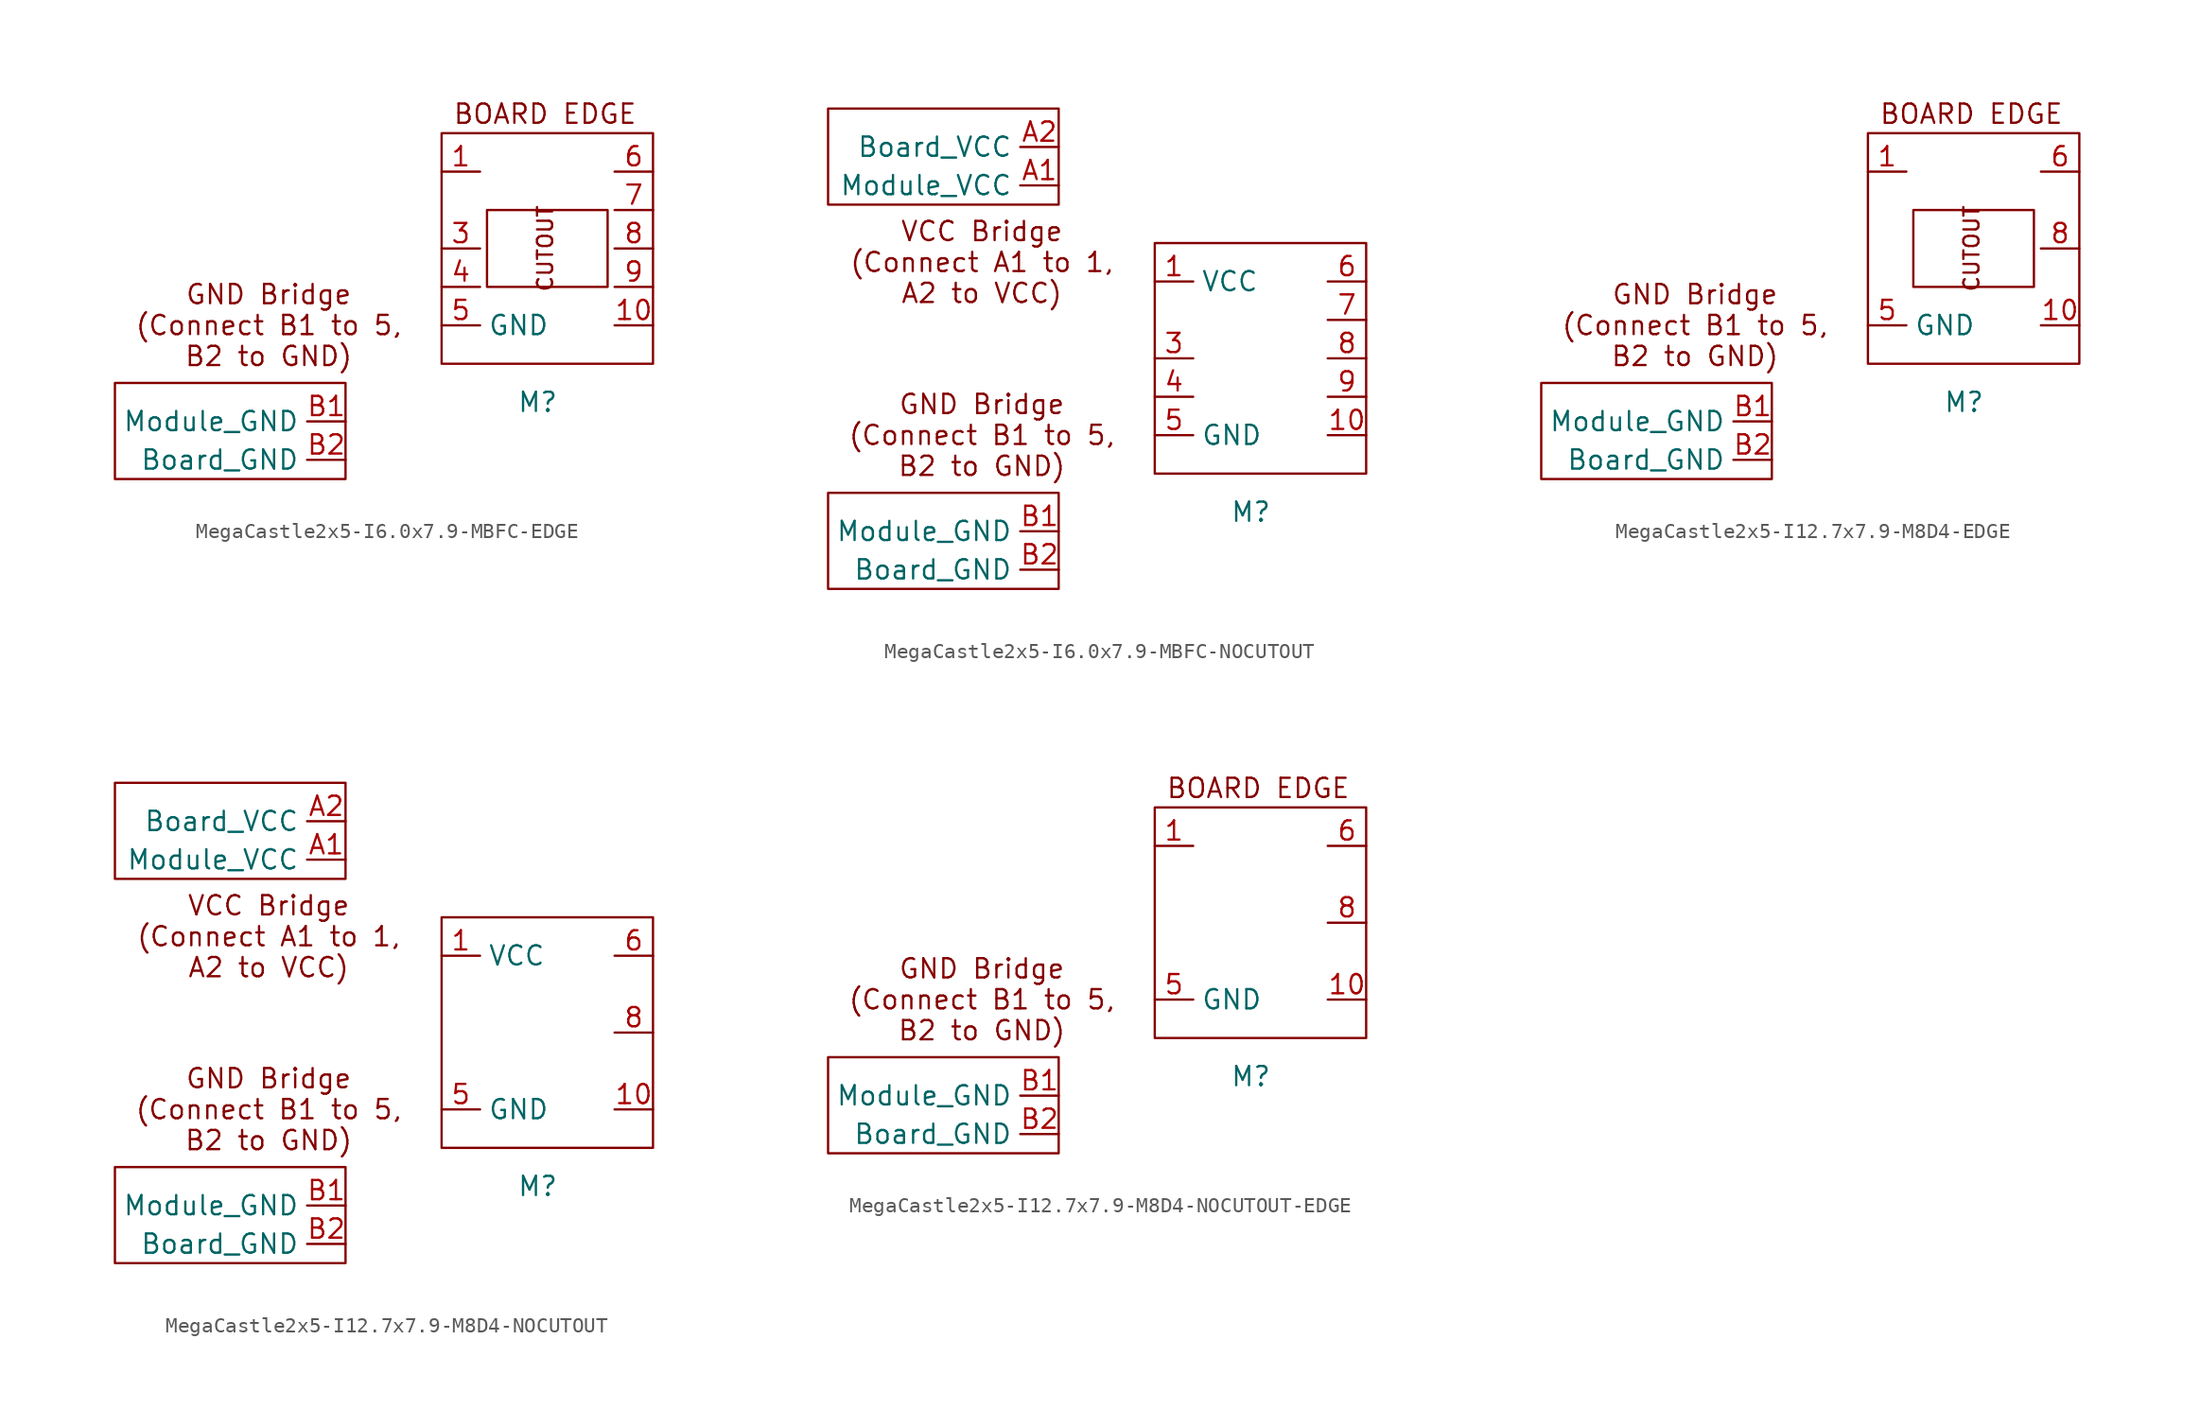
<source format=kicad_sym>
(kicad_symbol_lib
  (version 20231120)
  (generator "kicad_symbol_editor")
  (generator_version "8.0")
  (symbol "MegaCastle2x5-I6.0x7.9-MBFC-EDGE"
    (property "Reference" "M"
      (at 0 -10.16 0)
      (effects (font (size 1.27 1.27))))
    (property "Value" ""
      (at 0 5.08 0)
      (effects (font (size 1.27 1.27))))
    (symbol "MegaCastle2x5-I6.0x7.9-MBFC-EDGE_0_1"
      (rectangle (start -27.94 -8.89) (end -12.7 -15.24) (stroke (width 0) (type default)) (fill (type none)))
      (rectangle (start -6.35 7.62) (end 7.62 -7.62) (stroke (width 0) (type default)) (fill (type none)))
      (rectangle (start -3.35 2.54) (end 4.62 -2.54) (stroke (width 0) (type default)) (fill (type none))))
    (symbol "MegaCastle2x5-I6.0x7.9-MBFC-EDGE_1_1"
      (text " BOARD EDGE" (at 0 8.89 0) (effects (font (size 1.27 1.27))))
      (text "CUTOUT" (at 0.5 0 900) (effects (font (size 1 1))))
      (text "GND Bridge\n(Connect B1 to 5,\nB2 to GND)" (at -17.78 -5.08 0) (effects (font (size 1.27 1.27))))
      (pin bidirectional line (at -6.35 5.08 0) (length 2.54) (name "" (effects (font (size 1.27 1.27)))) (number "1" (effects (font (size 1.27 1.27)))))
      (pin bidirectional line (at 7.62 -5.08 180) (length 2.54) (name "" (effects (font (size 1.27 1.27)))) (number "10" (effects (font (size 1.27 1.27)))))
      (pin bidirectional line (at -6.35 0 0) (length 2.54) (name "" (effects (font (size 1.27 1.27)))) (number "3" (effects (font (size 1.27 1.27)))))
      (pin bidirectional line (at -6.35 -2.54 0) (length 2.54) (name "" (effects (font (size 1.27 1.27)))) (number "4" (effects (font (size 1.27 1.27)))))
      (pin bidirectional line (at -6.35 -5.08 0) (length 2.54) (name "GND" (effects (font (size 1.27 1.27)))) (number "5" (effects (font (size 1.27 1.27)))))
      (pin bidirectional line (at 7.62 5.08 180) (length 2.54) (name "" (effects (font (size 1.27 1.27)))) (number "6" (effects (font (size 1.27 1.27)))))
      (pin bidirectional line (at 7.62 2.54 180) (length 2.54) (name "" (effects (font (size 1.27 1.27)))) (number "7" (effects (font (size 1.27 1.27)))))
      (pin bidirectional line (at 7.62 0 180) (length 2.54) (name "" (effects (font (size 1.27 1.27)))) (number "8" (effects (font (size 1.27 1.27)))))
      (pin bidirectional line (at 7.62 -2.54 180) (length 2.54) (name "" (effects (font (size 1.27 1.27)))) (number "9" (effects (font (size 1.27 1.27)))))
      (pin bidirectional line (at -12.7 -11.43 180) (length 2.54) (name "Module_GND" (effects (font (size 1.27 1.27)))) (number "B1" (effects (font (size 1.27 1.27)))))
      (pin bidirectional line (at -12.7 -13.97 180) (length 2.54) (name "Board_GND" (effects (font (size 1.27 1.27)))) (number "B2" (effects (font (size 1.27 1.27)))))))
  (symbol "MegaCastle2x5-I6.0x7.9-MBFC-NOCUTOUT"
    (property "Reference" "M"
      (at 0 -10.16 0)
      (effects (font (size 1.27 1.27))))
    (property "Value" ""
      (at 0 5.08 0)
      (effects (font (size 1.27 1.27))))
    (symbol "MegaCastle2x5-I6.0x7.9-MBFC-NOCUTOUT_0_1"
      (rectangle (start -27.94 -8.89) (end -12.7 -15.24) (stroke (width 0) (type default)) (fill (type none)))
      (rectangle (start -27.94 16.51) (end -12.7 10.16) (stroke (width 0) (type default)) (fill (type none)))
      (rectangle (start -6.35 7.62) (end 7.62 -7.62) (stroke (width 0) (type default)) (fill (type none))))
    (symbol "MegaCastle2x5-I6.0x7.9-MBFC-NOCUTOUT_1_1"
      (text "GND Bridge\n(Connect B1 to 5,\nB2 to GND)" (at -17.78 -5.08 0) (effects (font (size 1.27 1.27))))
      (text "VCC Bridge\n(Connect A1 to 1,\nA2 to VCC)" (at -17.78 6.35 0) (effects (font (size 1.27 1.27))))
      (pin bidirectional line (at -6.35 5.08 0) (length 2.54) (name "VCC" (effects (font (size 1.27 1.27)))) (number "1" (effects (font (size 1.27 1.27)))))
      (pin bidirectional line (at 7.62 -5.08 180) (length 2.54) (name "" (effects (font (size 1.27 1.27)))) (number "10" (effects (font (size 1.27 1.27)))))
      (pin bidirectional line (at -6.35 0 0) (length 2.54) (name "" (effects (font (size 1.27 1.27)))) (number "3" (effects (font (size 1.27 1.27)))))
      (pin bidirectional line (at -6.35 -2.54 0) (length 2.54) (name "" (effects (font (size 1.27 1.27)))) (number "4" (effects (font (size 1.27 1.27)))))
      (pin bidirectional line (at -6.35 -5.08 0) (length 2.54) (name "GND" (effects (font (size 1.27 1.27)))) (number "5" (effects (font (size 1.27 1.27)))))
      (pin bidirectional line (at 7.62 5.08 180) (length 2.54) (name "" (effects (font (size 1.27 1.27)))) (number "6" (effects (font (size 1.27 1.27)))))
      (pin bidirectional line (at 7.62 2.54 180) (length 2.54) (name "" (effects (font (size 1.27 1.27)))) (number "7" (effects (font (size 1.27 1.27)))))
      (pin bidirectional line (at 7.62 0 180) (length 2.54) (name "" (effects (font (size 1.27 1.27)))) (number "8" (effects (font (size 1.27 1.27)))))
      (pin bidirectional line (at 7.62 -2.54 180) (length 2.54) (name "" (effects (font (size 1.27 1.27)))) (number "9" (effects (font (size 1.27 1.27)))))
      (pin bidirectional line (at -12.7 11.43 180) (length 2.54) (name "Module_VCC" (effects (font (size 1.27 1.27)))) (number "A1" (effects (font (size 1.27 1.27)))))
      (pin bidirectional line (at -12.7 13.97 180) (length 2.54) (name "Board_VCC" (effects (font (size 1.27 1.27)))) (number "A2" (effects (font (size 1.27 1.27)))))
      (pin bidirectional line (at -12.7 -11.43 180) (length 2.54) (name "Module_GND" (effects (font (size 1.27 1.27)))) (number "B1" (effects (font (size 1.27 1.27)))))
      (pin bidirectional line (at -12.7 -13.97 180) (length 2.54) (name "Board_GND" (effects (font (size 1.27 1.27)))) (number "B2" (effects (font (size 1.27 1.27)))))))
  (symbol "MegaCastle2x5-I12.7x7.9-M8D4-EDGE"
    (property "Reference" "M"
      (at 0 -10.16 0)
      (effects (font (size 1.27 1.27))))
    (property "Value" ""
      (at 0 5.08 0)
      (effects (font (size 1.27 1.27))))
    (symbol "MegaCastle2x5-I12.7x7.9-M8D4-EDGE_0_1"
      (rectangle (start -27.94 -8.89) (end -12.7 -15.24) (stroke (width 0) (type default)) (fill (type none)))
      (rectangle (start -6.35 7.62) (end 7.62 -7.62) (stroke (width 0) (type default)) (fill (type none)))
      (rectangle (start -3.35 2.54) (end 4.62 -2.54) (stroke (width 0) (type default)) (fill (type none))))
    (symbol "MegaCastle2x5-I12.7x7.9-M8D4-EDGE_1_1"
      (text " BOARD EDGE" (at 0 8.89 0) (effects (font (size 1.27 1.27))))
      (text "CUTOUT" (at 0.5 0 900) (effects (font (size 1 1))))
      (text "GND Bridge\n(Connect B1 to 5,\nB2 to GND)" (at -17.78 -5.08 0) (effects (font (size 1.27 1.27))))
      (pin bidirectional line (at -6.35 5.08 0) (length 2.54) (name "" (effects (font (size 1.27 1.27)))) (number "1" (effects (font (size 1.27 1.27)))))
      (pin bidirectional line (at 7.62 -5.08 180) (length 2.54) (name "" (effects (font (size 1.27 1.27)))) (number "10" (effects (font (size 1.27 1.27)))))
      (pin bidirectional line (at -6.35 -5.08 0) (length 2.54) (name "GND" (effects (font (size 1.27 1.27)))) (number "5" (effects (font (size 1.27 1.27)))))
      (pin bidirectional line (at 7.62 5.08 180) (length 2.54) (name "" (effects (font (size 1.27 1.27)))) (number "6" (effects (font (size 1.27 1.27)))))
      (pin bidirectional line (at 7.62 0 180) (length 2.54) (name "" (effects (font (size 1.27 1.27)))) (number "8" (effects (font (size 1.27 1.27)))))
      (pin bidirectional line (at -12.7 -11.43 180) (length 2.54) (name "Module_GND" (effects (font (size 1.27 1.27)))) (number "B1" (effects (font (size 1.27 1.27)))))
      (pin bidirectional line (at -12.7 -13.97 180) (length 2.54) (name "Board_GND" (effects (font (size 1.27 1.27)))) (number "B2" (effects (font (size 1.27 1.27)))))))
  (symbol "MegaCastle2x5-I12.7x7.9-M8D4-NOCUTOUT"
    (property "Reference" "M"
      (at 0 -10.16 0)
      (effects (font (size 1.27 1.27))))
    (property "Value" ""
      (at 0 5.08 0)
      (effects (font (size 1.27 1.27))))
    (symbol "MegaCastle2x5-I12.7x7.9-M8D4-NOCUTOUT_0_1"
      (rectangle (start -27.94 -8.89) (end -12.7 -15.24) (stroke (width 0) (type default)) (fill (type none)))
      (rectangle (start -27.94 16.51) (end -12.7 10.16) (stroke (width 0) (type default)) (fill (type none)))
      (rectangle (start -6.35 7.62) (end 7.62 -7.62) (stroke (width 0) (type default)) (fill (type none))))
    (symbol "MegaCastle2x5-I12.7x7.9-M8D4-NOCUTOUT_1_1"
      (text "GND Bridge\n(Connect B1 to 5,\nB2 to GND)" (at -17.78 -5.08 0) (effects (font (size 1.27 1.27))))
      (text "VCC Bridge\n(Connect A1 to 1,\nA2 to VCC)" (at -17.78 6.35 0) (effects (font (size 1.27 1.27))))
      (pin bidirectional line (at -6.35 5.08 0) (length 2.54) (name "VCC" (effects (font (size 1.27 1.27)))) (number "1" (effects (font (size 1.27 1.27)))))
      (pin bidirectional line (at 7.62 -5.08 180) (length 2.54) (name "" (effects (font (size 1.27 1.27)))) (number "10" (effects (font (size 1.27 1.27)))))
      (pin bidirectional line (at -6.35 -5.08 0) (length 2.54) (name "GND" (effects (font (size 1.27 1.27)))) (number "5" (effects (font (size 1.27 1.27)))))
      (pin bidirectional line (at 7.62 5.08 180) (length 2.54) (name "" (effects (font (size 1.27 1.27)))) (number "6" (effects (font (size 1.27 1.27)))))
      (pin bidirectional line (at 7.62 0 180) (length 2.54) (name "" (effects (font (size 1.27 1.27)))) (number "8" (effects (font (size 1.27 1.27)))))
      (pin bidirectional line (at -12.7 11.43 180) (length 2.54) (name "Module_VCC" (effects (font (size 1.27 1.27)))) (number "A1" (effects (font (size 1.27 1.27)))))
      (pin bidirectional line (at -12.7 13.97 180) (length 2.54) (name "Board_VCC" (effects (font (size 1.27 1.27)))) (number "A2" (effects (font (size 1.27 1.27)))))
      (pin bidirectional line (at -12.7 -11.43 180) (length 2.54) (name "Module_GND" (effects (font (size 1.27 1.27)))) (number "B1" (effects (font (size 1.27 1.27)))))
      (pin bidirectional line (at -12.7 -13.97 180) (length 2.54) (name "Board_GND" (effects (font (size 1.27 1.27)))) (number "B2" (effects (font (size 1.27 1.27)))))))
  (symbol "MegaCastle2x5-I12.7x7.9-M8D4-NOCUTOUT-EDGE"
    (property "Reference" "M"
      (at 0 -10.16 0)
      (effects (font (size 1.27 1.27))))
    (property "Value" ""
      (at 0 5.08 0)
      (effects (font (size 1.27 1.27))))
    (symbol "MegaCastle2x5-I12.7x7.9-M8D4-NOCUTOUT-EDGE_0_1"
      (rectangle (start -27.94 -8.89) (end -12.7 -15.24) (stroke (width 0) (type default)) (fill (type none)))
      (rectangle (start -6.35 7.62) (end 7.62 -7.62) (stroke (width 0) (type default)) (fill (type none))))
    (symbol "MegaCastle2x5-I12.7x7.9-M8D4-NOCUTOUT-EDGE_1_1"
      (text " BOARD EDGE" (at 0 8.89 0) (effects (font (size 1.27 1.27))))
      (text "GND Bridge\n(Connect B1 to 5,\nB2 to GND)" (at -17.78 -5.08 0) (effects (font (size 1.27 1.27))))
      (pin bidirectional line (at -6.35 5.08 0) (length 2.54) (name "" (effects (font (size 1.27 1.27)))) (number "1" (effects (font (size 1.27 1.27)))))
      (pin bidirectional line (at 7.62 -5.08 180) (length 2.54) (name "" (effects (font (size 1.27 1.27)))) (number "10" (effects (font (size 1.27 1.27)))))
      (pin bidirectional line (at -6.35 -5.08 0) (length 2.54) (name "GND" (effects (font (size 1.27 1.27)))) (number "5" (effects (font (size 1.27 1.27)))))
      (pin bidirectional line (at 7.62 5.08 180) (length 2.54) (name "" (effects (font (size 1.27 1.27)))) (number "6" (effects (font (size 1.27 1.27)))))
      (pin bidirectional line (at 7.62 0 180) (length 2.54) (name "" (effects (font (size 1.27 1.27)))) (number "8" (effects (font (size 1.27 1.27)))))
      (pin bidirectional line (at -12.7 -11.43 180) (length 2.54) (name "Module_GND" (effects (font (size 1.27 1.27)))) (number "B1" (effects (font (size 1.27 1.27)))))
      (pin bidirectional line (at -12.7 -13.97 180) (length 2.54) (name "Board_GND" (effects (font (size 1.27 1.27)))) (number "B2" (effects (font (size 1.27 1.27))))))))
</source>
